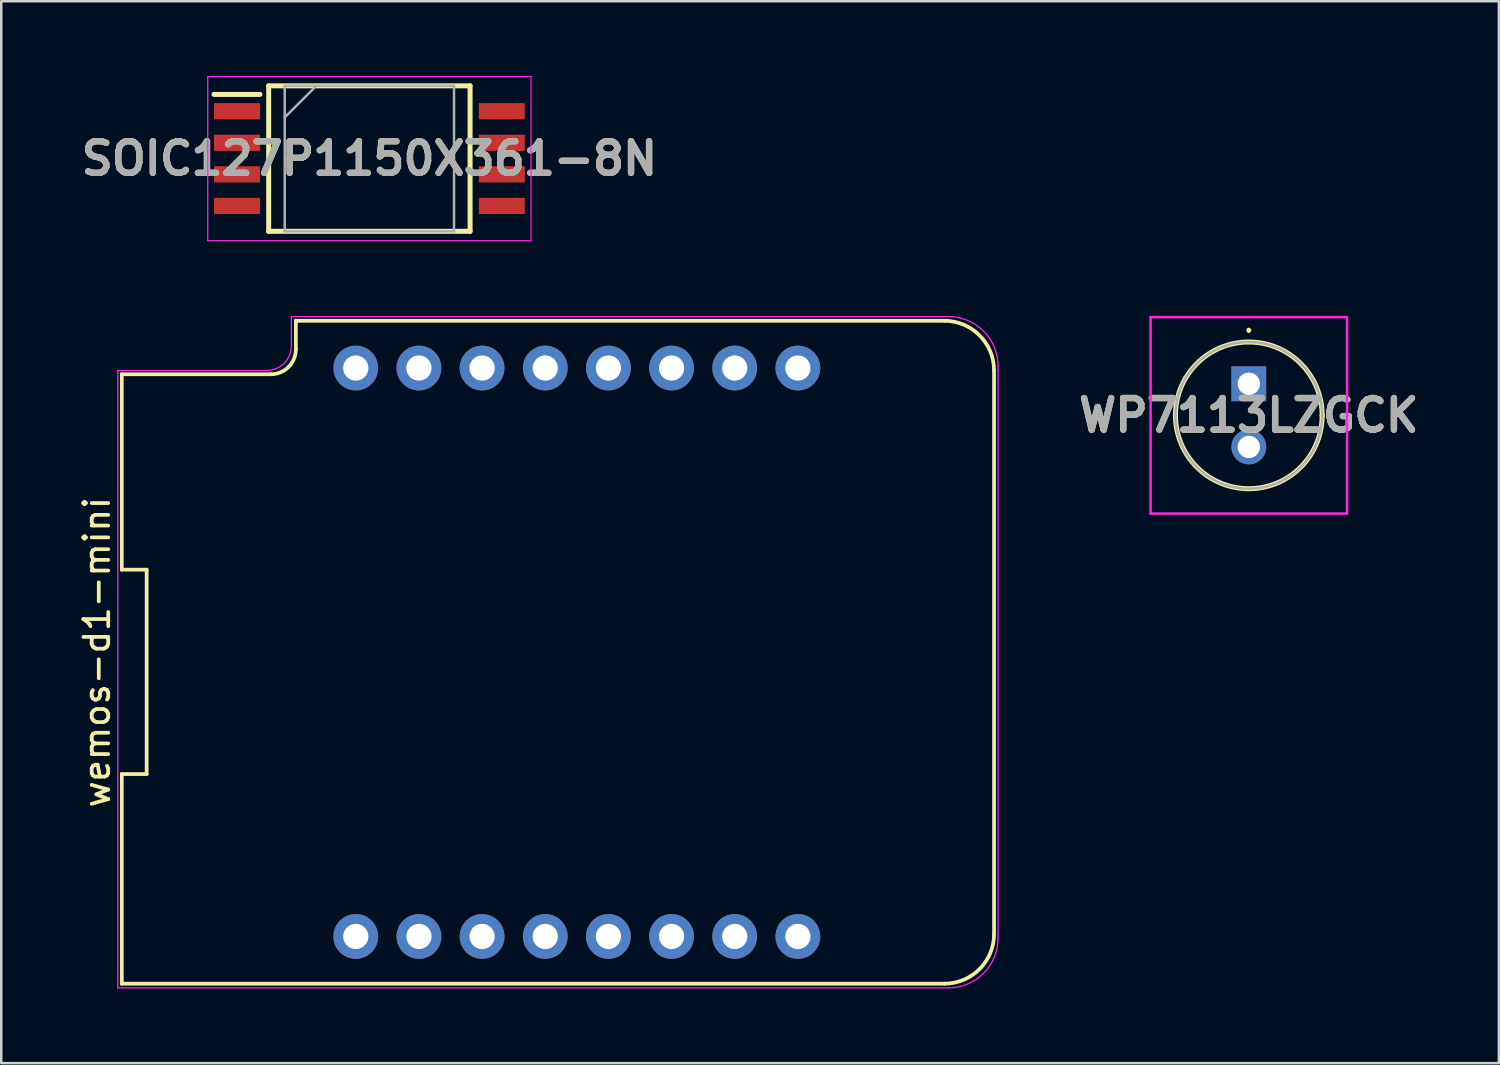
<source format=kicad_pcb>
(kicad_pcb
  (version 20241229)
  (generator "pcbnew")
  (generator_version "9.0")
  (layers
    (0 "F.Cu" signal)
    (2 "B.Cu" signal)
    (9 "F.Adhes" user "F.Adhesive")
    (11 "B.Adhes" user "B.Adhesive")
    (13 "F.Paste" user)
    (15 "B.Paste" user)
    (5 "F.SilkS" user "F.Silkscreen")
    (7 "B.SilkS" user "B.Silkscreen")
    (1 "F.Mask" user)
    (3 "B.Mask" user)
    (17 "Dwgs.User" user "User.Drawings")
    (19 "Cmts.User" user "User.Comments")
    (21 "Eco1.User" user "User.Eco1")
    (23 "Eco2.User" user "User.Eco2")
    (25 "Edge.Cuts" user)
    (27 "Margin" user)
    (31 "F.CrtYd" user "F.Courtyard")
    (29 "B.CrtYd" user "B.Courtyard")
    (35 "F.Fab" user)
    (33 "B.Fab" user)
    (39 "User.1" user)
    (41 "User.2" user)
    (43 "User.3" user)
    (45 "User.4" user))
  (footprint "wemos-d1-mini"
    (layer "F.Cu")
    (at 20.148 23.181)
    (property "Reference" "wemos-d1-mini" (at -19.3 0 90) (layer "F.SilkS") (effects (font (size 1 1) (thickness 0.15))))
    (attr through_hole)
    (fp_line (start -18.3 -11.18) (end -18.3 -3.32) (stroke (width 0.15) (type solid)) (layer "F.SilkS"))
    (fp_line (start -18.3 -11.18) (end -12.3 -11.18) (stroke (width 0.15) (type solid)) (layer "F.SilkS"))
    (fp_line (start -18.3 -3.32) (end -17.3 -3.32) (stroke (width 0.15) (type solid)) (layer "F.SilkS"))
    (fp_line (start -18.3 4.9) (end -18.3 13.33) (stroke (width 0.15) (type solid)) (layer "F.SilkS"))
    (fp_line (start -18.3 13.33) (end 14.78 13.33) (stroke (width 0.15) (type solid)) (layer "F.SilkS"))
    (fp_line (start -17.3 -3.32) (end -17.3 4.9) (stroke (width 0.15) (type solid)) (layer "F.SilkS"))
    (fp_line (start -17.3 4.9) (end -18.3 4.9) (stroke (width 0.15) (type solid)) (layer "F.SilkS"))
    (fp_line (start -11.3 -13.33) (end -11.3 -13.33) (stroke (width 0.15) (type solid)) (layer "F.SilkS"))
    (fp_line (start -11.3 -12.17) (end -11.3 -13.33) (stroke (width 0.15) (type solid)) (layer "F.SilkS"))
    (fp_line (start 14.78 -13.33) (end -11.3 -13.33) (stroke (width 0.15) (type solid)) (layer "F.SilkS"))
    (fp_line (start 16.78 11.33) (end 16.78 -11.33) (stroke (width 0.15) (type solid)) (layer "F.SilkS"))
    (fp_arc (start -11.3 -12.18) (mid -11.592893 -11.472893) (end -12.3 -11.18) (stroke (width 0.15) (type solid)) (layer "F.SilkS"))
    (fp_arc (start 14.78 -13.33) (mid 16.194214 -12.744214) (end 16.78 -11.33) (stroke (width 0.15) (type solid)) (layer "F.SilkS"))
    (fp_arc (start 16.78 11.33) (mid 16.194214 12.744214) (end 14.78 13.33) (stroke (width 0.15) (type solid)) (layer "F.SilkS"))
    (fp_line (start -18.46 -11.33) (end -12.48 -11.33) (stroke (width 0.05) (type solid)) (layer "F.CrtYd"))
    (fp_line (start -18.46 13.5) (end -18.46 -11.33) (stroke (width 0.05) (type solid)) (layer "F.CrtYd"))
    (fp_line (start -11.48 -13.5) (end -11.48 -12.33) (stroke (width 0.05) (type solid)) (layer "F.CrtYd"))
    (fp_line (start -11.48 -13.5) (end 14.85 -13.5) (stroke (width 0.05) (type solid)) (layer "F.CrtYd"))
    (fp_line (start 14.94 13.5) (end -18.46 13.5) (stroke (width 0.05) (type solid)) (layer "F.CrtYd"))
    (fp_line (start 16.94 -11.5) (end 16.94 11.5) (stroke (width 0.05) (type solid)) (layer "F.CrtYd"))
    (fp_arc (start -11.48 -12.33) (mid -11.772893 -11.622893) (end -12.48 -11.33) (stroke (width 0.05) (type solid)) (layer "F.CrtYd"))
    (fp_arc (start 14.85 -13.5) (mid 16.323459 -12.947115) (end 16.942024 -11.5) (stroke (width 0.05) (type solid)) (layer "F.CrtYd"))
    (fp_arc (start 16.94 11.5) (mid 16.354214 12.914214) (end 14.94 13.5) (stroke (width 0.05) (type solid)) (layer "F.CrtYd"))
    (pad "1" thru_hole circle (at -8.89 11.43) (size 1.8 1.8) (drill 1.016) (layers "*.Cu" "*.Mask"))
    (pad "2" thru_hole circle (at -6.35 11.43) (size 1.8 1.8) (drill 1.016) (layers "*.Cu" "*.Mask"))
    (pad "3" thru_hole circle (at -3.81 11.43) (size 1.8 1.8) (drill 1.016) (layers "*.Cu" "*.Mask"))
    (pad "4" thru_hole circle (at -1.27 11.43) (size 1.8 1.8) (drill 1.016) (layers "*.Cu" "*.Mask"))
    (pad "5" thru_hole circle (at 1.27 11.43) (size 1.8 1.8) (drill 1.016) (layers "*.Cu" "*.Mask"))
    (pad "6" thru_hole circle (at 3.81 11.43) (size 1.8 1.8) (drill 1.016) (layers "*.Cu" "*.Mask"))
    (pad "7" thru_hole circle (at 6.35 11.43) (size 1.8 1.8) (drill 1.016) (layers "*.Cu" "*.Mask"))
    (pad "8" thru_hole circle (at 8.89 11.43) (size 1.8 1.8) (drill 1.016) (layers "*.Cu" "*.Mask"))
    (pad "9" thru_hole circle (at 8.89 -11.43) (size 1.8 1.8) (drill 1.016) (layers "*.Cu" "*.Mask"))
    (pad "10" thru_hole circle (at 6.35 -11.43) (size 1.8 1.8) (drill 1.016) (layers "*.Cu" "*.Mask"))
    (pad "11" thru_hole circle (at 3.81 -11.43) (size 1.8 1.8) (drill 1.016) (layers "*.Cu" "*.Mask"))
    (pad "12" thru_hole circle (at 1.27 -11.43) (size 1.8 1.8) (drill 1.016) (layers "*.Cu" "*.Mask"))
    (pad "13" thru_hole circle (at -1.27 -11.43) (size 1.8 1.8) (drill 1.016) (layers "*.Cu" "*.Mask"))
    (pad "14" thru_hole circle (at -3.81 -11.43) (size 1.8 1.8) (drill 1.016) (layers "*.Cu" "*.Mask"))
    (pad "15" thru_hole circle (at -6.35 -11.43) (size 1.8 1.8) (drill 1.016) (layers "*.Cu" "*.Mask"))
    (pad "16" thru_hole circle (at -8.89 -11.43) (size 1.8 1.8) (drill 1.016) (layers "*.Cu" "*.Mask")))
  (footprint "WP7113LZGCK"
    (layer "F.Cu")
    (at 47.173 12.384)
    (property "Reference" "WP7113LZGCK" (at 0 1.27 0) (layer "F.SilkS") (effects (font (size 1.27 1.27) (thickness 0.254))))
    (attr through_hole)
    (fp_line (start -2.95 1.27) (end -2.95 1.27) (stroke (width 0.2) (type solid)) (layer "F.SilkS"))
    (fp_line (start 0 -2.2) (end 0 -2.2) (stroke (width 0.1) (type solid)) (layer "F.SilkS"))
    (fp_line (start 0 -2.1) (end 0 -2.1) (stroke (width 0.1) (type solid)) (layer "F.SilkS"))
    (fp_line (start 2.95 1.27) (end 2.95 1.27) (stroke (width 0.2) (type solid)) (layer "F.SilkS"))
    (fp_arc (start -2.95 1.27) (mid 0 -1.68) (end 2.95 1.27) (stroke (width 0.2) (type solid)) (layer "F.SilkS"))
    (fp_arc (start 0 -2.2) (mid 0.05 -2.15) (end 0 -2.1) (stroke (width 0.1) (type solid)) (layer "F.SilkS"))
    (fp_arc (start 0 -2.1) (mid -0.05 -2.15) (end 0 -2.2) (stroke (width 0.1) (type solid)) (layer "F.SilkS"))
    (fp_arc (start 2.95 1.27) (mid 0 4.22) (end -2.95 1.27) (stroke (width 0.2) (type solid)) (layer "F.SilkS"))
    (fp_line (start -3.95 -2.68) (end 3.95 -2.68) (stroke (width 0.1) (type solid)) (layer "F.CrtYd"))
    (fp_line (start -3.95 5.22) (end -3.95 -2.68) (stroke (width 0.1) (type solid)) (layer "F.CrtYd"))
    (fp_line (start 3.95 -2.68) (end 3.95 5.22) (stroke (width 0.1) (type solid)) (layer "F.CrtYd"))
    (fp_line (start 3.95 5.22) (end -3.95 5.22) (stroke (width 0.1) (type solid)) (layer "F.CrtYd"))
    (fp_line (start -2.95 1.27) (end -2.95 1.27) (stroke (width 0.1) (type solid)) (layer "F.Fab"))
    (fp_line (start 2.95 1.27) (end 2.95 1.27) (stroke (width 0.1) (type solid)) (layer "F.Fab"))
    (fp_arc (start -2.95 1.27) (mid 0 -1.68) (end 2.95 1.27) (stroke (width 0.1) (type solid)) (layer "F.Fab"))
    (fp_arc (start 2.95 1.27) (mid 0 4.22) (end -2.95 1.27) (stroke (width 0.1) (type solid)) (layer "F.Fab"))
    (fp_text user "${REFERENCE}" (at 0 1.27 0) (layer "F.Fab") (effects (font (size 1.27 1.27) (thickness 0.254))))
    (pad "1" thru_hole rect (at 0 0) (size 1.4 1.4) (drill 0.9) (layers "*.Cu" "*.Mask"))
    (pad "2" thru_hole circle (at 0 2.54) (size 1.4 1.4) (drill 0.9) (layers "*.Cu" "*.Mask")))
  (footprint "SOIC127P1150X361-8N"
    (layer "F.Cu")
    (at 11.805 3.327)
    (property "Reference" "SOIC127P1150X361-8N" (at 0 0 0) (layer "F.SilkS") (effects (font (size 1.27 1.27) (thickness 0.254))))
    (attr smd)
    (fp_line (start -6.25 -2.58) (end -4.4 -2.58) (stroke (width 0.2) (type solid)) (layer "F.SilkS"))
    (fp_line (start -4.05 -2.925) (end 4.05 -2.925) (stroke (width 0.2) (type solid)) (layer "F.SilkS"))
    (fp_line (start -4.05 2.925) (end -4.05 -2.925) (stroke (width 0.2) (type solid)) (layer "F.SilkS"))
    (fp_line (start 4.05 -2.925) (end 4.05 2.925) (stroke (width 0.2) (type solid)) (layer "F.SilkS"))
    (fp_line (start 4.05 2.925) (end -4.05 2.925) (stroke (width 0.2) (type solid)) (layer "F.SilkS"))
    (fp_line (start -6.5 -3.302) (end 6.5 -3.302) (stroke (width 0.05) (type solid)) (layer "F.CrtYd"))
    (fp_line (start -6.5 3.302) (end -6.5 -3.302) (stroke (width 0.05) (type solid)) (layer "F.CrtYd"))
    (fp_line (start 6.5 -3.302) (end 6.5 3.302) (stroke (width 0.05) (type solid)) (layer "F.CrtYd"))
    (fp_line (start 6.5 3.302) (end -6.5 3.302) (stroke (width 0.05) (type solid)) (layer "F.CrtYd"))
    (fp_line (start -3.404 -2.925) (end 3.404 -2.925) (stroke (width 0.1) (type solid)) (layer "F.Fab"))
    (fp_line (start -3.404 -1.655) (end -2.134 -2.925) (stroke (width 0.1) (type solid)) (layer "F.Fab"))
    (fp_line (start -3.404 2.925) (end -3.404 -2.925) (stroke (width 0.1) (type solid)) (layer "F.Fab"))
    (fp_line (start 3.404 -2.925) (end 3.404 2.925) (stroke (width 0.1) (type solid)) (layer "F.Fab"))
    (fp_line (start 3.404 2.925) (end -3.404 2.925) (stroke (width 0.1) (type solid)) (layer "F.Fab"))
    (fp_text user "${REFERENCE}" (at 0 0 0) (layer "F.Fab") (effects (font (size 1.27 1.27) (thickness 0.254))))
    (pad "1" smd rect (at -5.325 -1.905 90) (size 0.65 1.85) (layers "F.Cu" "F.Mask" "F.Paste"))
    (pad "2" smd rect (at -5.325 -0.635 90) (size 0.65 1.85) (layers "F.Cu" "F.Mask" "F.Paste"))
    (pad "3" smd rect (at -5.325 0.635 90) (size 0.65 1.85) (layers "F.Cu" "F.Mask" "F.Paste"))
    (pad "4" smd rect (at -5.325 1.905 90) (size 0.65 1.85) (layers "F.Cu" "F.Mask" "F.Paste"))
    (pad "5" smd rect (at 5.325 1.905 90) (size 0.65 1.85) (layers "F.Cu" "F.Mask" "F.Paste"))
    (pad "6" smd rect (at 5.325 0.635 90) (size 0.65 1.85) (layers "F.Cu" "F.Mask" "F.Paste"))
    (pad "7" smd rect (at 5.325 -0.635 90) (size 0.65 1.85) (layers "F.Cu" "F.Mask" "F.Paste"))
    (pad "8" smd rect (at 5.325 -1.905 90) (size 0.65 1.85) (layers "F.Cu" "F.Mask" "F.Paste")))
  (gr_rect
    (start -3 -3)
    (end 57.23 39.706)
    (stroke (width 0.1) (type default))
    (fill no)
    (layer "Edge.Cuts")))
</source>
